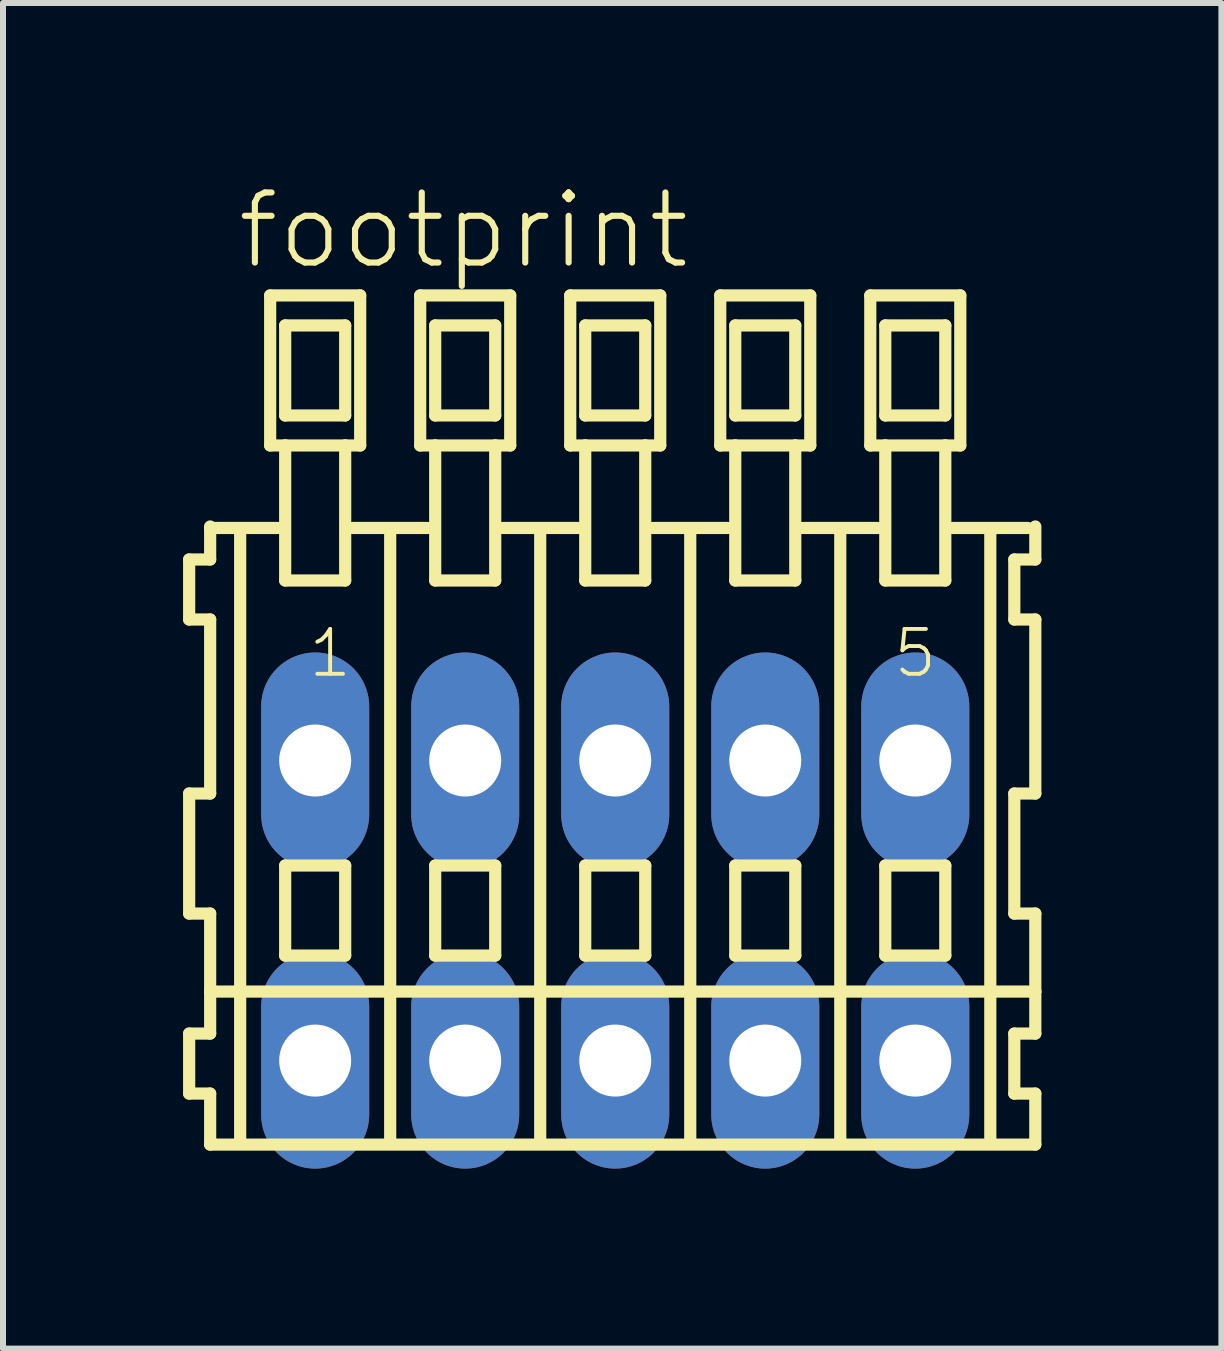
<source format=kicad_pcb>
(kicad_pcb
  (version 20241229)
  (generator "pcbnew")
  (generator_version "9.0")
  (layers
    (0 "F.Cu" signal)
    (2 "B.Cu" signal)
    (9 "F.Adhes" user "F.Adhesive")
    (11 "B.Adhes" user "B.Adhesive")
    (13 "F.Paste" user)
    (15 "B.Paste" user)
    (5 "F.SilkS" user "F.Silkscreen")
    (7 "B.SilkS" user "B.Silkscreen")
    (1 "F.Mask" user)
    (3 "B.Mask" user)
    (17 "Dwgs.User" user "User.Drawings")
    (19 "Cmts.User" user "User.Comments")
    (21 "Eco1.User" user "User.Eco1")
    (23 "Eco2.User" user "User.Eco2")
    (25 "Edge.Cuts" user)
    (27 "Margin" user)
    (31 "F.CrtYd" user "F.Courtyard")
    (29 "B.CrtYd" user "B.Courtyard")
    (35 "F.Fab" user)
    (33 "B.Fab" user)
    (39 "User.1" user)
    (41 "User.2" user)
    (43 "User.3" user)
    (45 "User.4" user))
  (footprint "footprint"
    (layer "F.Cu")
    (at 7.202 12.123)
    (property "Reference" "footprint" (at -6.35 -10.65 0) (layer "F.SilkS") (effects (font (size 1.168 1.168) (thickness 0.102)) (justify left bottom)))
    (fp_line (start -7.1 -5.85) (end -7.1 -4.85) (stroke (width 0.203) (type solid)) (layer "F.SilkS"))
    (fp_line (start -7.1 -4.85) (end -6.75 -4.85) (stroke (width 0.203) (type solid)) (layer "F.SilkS"))
    (fp_line (start -7.1 -1.95) (end -7.1 0.05) (stroke (width 0.203) (type solid)) (layer "F.SilkS"))
    (fp_line (start -7.1 0.05) (end -6.75 0.05) (stroke (width 0.203) (type solid)) (layer "F.SilkS"))
    (fp_line (start -7.1 2.05) (end -7.1 3.05) (stroke (width 0.203) (type solid)) (layer "F.SilkS"))
    (fp_line (start -7.1 3.05) (end -6.75 3.05) (stroke (width 0.203) (type solid)) (layer "F.SilkS"))
    (fp_line (start -6.75 -6.4) (end -6.75 -6.375) (stroke (width 0.203) (type solid)) (layer "F.SilkS"))
    (fp_line (start -6.75 -6.375) (end -6.75 -5.85) (stroke (width 0.203) (type solid)) (layer "F.SilkS"))
    (fp_line (start -6.75 -6.375) (end -5.625 -6.375) (stroke (width 0.203) (type solid)) (layer "F.SilkS"))
    (fp_line (start -6.75 -5.85) (end -7.1 -5.85) (stroke (width 0.203) (type solid)) (layer "F.SilkS"))
    (fp_line (start -6.75 -4.85) (end -6.75 -1.95) (stroke (width 0.203) (type solid)) (layer "F.SilkS"))
    (fp_line (start -6.75 -1.95) (end -7.1 -1.95) (stroke (width 0.203) (type solid)) (layer "F.SilkS"))
    (fp_line (start -6.75 0.05) (end -6.75 1.35) (stroke (width 0.203) (type solid)) (layer "F.SilkS"))
    (fp_line (start -6.75 1.35) (end -6.75 2.05) (stroke (width 0.203) (type solid)) (layer "F.SilkS"))
    (fp_line (start -6.75 1.35) (end 7 1.35) (stroke (width 0.203) (type solid)) (layer "F.SilkS"))
    (fp_line (start -6.75 2.05) (end -7.1 2.05) (stroke (width 0.203) (type solid)) (layer "F.SilkS"))
    (fp_line (start -6.75 3.05) (end -6.75 3.9) (stroke (width 0.203) (type solid)) (layer "F.SilkS"))
    (fp_line (start -6.75 3.9) (end 7 3.9) (stroke (width 0.203) (type solid)) (layer "F.SilkS"))
    (fp_line (start -6.25 -6.35) (end -6.25 3.8) (stroke (width 0.203) (type solid)) (layer "F.SilkS"))
    (fp_line (start -5.75 -10.25) (end -5.75 -7.75) (stroke (width 0.203) (type solid)) (layer "F.SilkS"))
    (fp_line (start -5.75 -7.75) (end -5.5 -7.75) (stroke (width 0.203) (type solid)) (layer "F.SilkS"))
    (fp_line (start -5.5 -9.75) (end -5.5 -8.25) (stroke (width 0.203) (type solid)) (layer "F.SilkS"))
    (fp_line (start -5.5 -8.25) (end -4.5 -8.25) (stroke (width 0.203) (type solid)) (layer "F.SilkS"))
    (fp_line (start -5.5 -7.75) (end -5.5 -5.5) (stroke (width 0.203) (type solid)) (layer "F.SilkS"))
    (fp_line (start -5.5 -7.75) (end -4.5 -7.75) (stroke (width 0.203) (type solid)) (layer "F.SilkS"))
    (fp_line (start -5.5 -5.5) (end -4.5 -5.5) (stroke (width 0.203) (type solid)) (layer "F.SilkS"))
    (fp_line (start -5.5 -0.75) (end -5.5 0.75) (stroke (width 0.203) (type solid)) (layer "F.SilkS"))
    (fp_line (start -5.5 0.75) (end -4.5 0.75) (stroke (width 0.203) (type solid)) (layer "F.SilkS"))
    (fp_line (start -4.5 -9.75) (end -5.5 -9.75) (stroke (width 0.203) (type solid)) (layer "F.SilkS"))
    (fp_line (start -4.5 -8.25) (end -4.5 -9.75) (stroke (width 0.203) (type solid)) (layer "F.SilkS"))
    (fp_line (start -4.5 -7.75) (end -4.25 -7.75) (stroke (width 0.203) (type solid)) (layer "F.SilkS"))
    (fp_line (start -4.5 -5.5) (end -4.5 -7.75) (stroke (width 0.203) (type solid)) (layer "F.SilkS"))
    (fp_line (start -4.5 -0.75) (end -5.5 -0.75) (stroke (width 0.203) (type solid)) (layer "F.SilkS"))
    (fp_line (start -4.5 0.75) (end -4.5 -0.75) (stroke (width 0.203) (type solid)) (layer "F.SilkS"))
    (fp_line (start -4.375 -6.375) (end -3.125 -6.375) (stroke (width 0.203) (type solid)) (layer "F.SilkS"))
    (fp_line (start -4.25 -10.25) (end -5.75 -10.25) (stroke (width 0.203) (type solid)) (layer "F.SilkS"))
    (fp_line (start -4.25 -7.75) (end -4.25 -10.25) (stroke (width 0.203) (type solid)) (layer "F.SilkS"))
    (fp_line (start -3.75 -6.35) (end -3.75 3.8) (stroke (width 0.203) (type solid)) (layer "F.SilkS"))
    (fp_line (start -3.25 -10.25) (end -3.25 -7.75) (stroke (width 0.203) (type solid)) (layer "F.SilkS"))
    (fp_line (start -3.25 -7.75) (end -3 -7.75) (stroke (width 0.203) (type solid)) (layer "F.SilkS"))
    (fp_line (start -3 -9.75) (end -3 -8.25) (stroke (width 0.203) (type solid)) (layer "F.SilkS"))
    (fp_line (start -3 -8.25) (end -2 -8.25) (stroke (width 0.203) (type solid)) (layer "F.SilkS"))
    (fp_line (start -3 -7.75) (end -3 -5.5) (stroke (width 0.203) (type solid)) (layer "F.SilkS"))
    (fp_line (start -3 -7.75) (end -2 -7.75) (stroke (width 0.203) (type solid)) (layer "F.SilkS"))
    (fp_line (start -3 -5.5) (end -2 -5.5) (stroke (width 0.203) (type solid)) (layer "F.SilkS"))
    (fp_line (start -3 -0.75) (end -3 0.75) (stroke (width 0.203) (type solid)) (layer "F.SilkS"))
    (fp_line (start -3 0.75) (end -2 0.75) (stroke (width 0.203) (type solid)) (layer "F.SilkS"))
    (fp_line (start -2 -9.75) (end -3 -9.75) (stroke (width 0.203) (type solid)) (layer "F.SilkS"))
    (fp_line (start -2 -8.25) (end -2 -9.75) (stroke (width 0.203) (type solid)) (layer "F.SilkS"))
    (fp_line (start -2 -7.75) (end -1.75 -7.75) (stroke (width 0.203) (type solid)) (layer "F.SilkS"))
    (fp_line (start -2 -5.5) (end -2 -7.75) (stroke (width 0.203) (type solid)) (layer "F.SilkS"))
    (fp_line (start -2 -0.75) (end -3 -0.75) (stroke (width 0.203) (type solid)) (layer "F.SilkS"))
    (fp_line (start -2 0.75) (end -2 -0.75) (stroke (width 0.203) (type solid)) (layer "F.SilkS"))
    (fp_line (start -1.875 -6.375) (end -0.625 -6.375) (stroke (width 0.203) (type solid)) (layer "F.SilkS"))
    (fp_line (start -1.75 -10.25) (end -3.25 -10.25) (stroke (width 0.203) (type solid)) (layer "F.SilkS"))
    (fp_line (start -1.75 -7.75) (end -1.75 -10.25) (stroke (width 0.203) (type solid)) (layer "F.SilkS"))
    (fp_line (start -1.25 -6.35) (end -1.25 3.8) (stroke (width 0.203) (type solid)) (layer "F.SilkS"))
    (fp_line (start -0.75 -10.25) (end -0.75 -7.75) (stroke (width 0.203) (type solid)) (layer "F.SilkS"))
    (fp_line (start -0.75 -7.75) (end -0.5 -7.75) (stroke (width 0.203) (type solid)) (layer "F.SilkS"))
    (fp_line (start -0.5 -9.75) (end -0.5 -8.25) (stroke (width 0.203) (type solid)) (layer "F.SilkS"))
    (fp_line (start -0.5 -8.25) (end 0.5 -8.25) (stroke (width 0.203) (type solid)) (layer "F.SilkS"))
    (fp_line (start -0.5 -7.75) (end -0.5 -5.5) (stroke (width 0.203) (type solid)) (layer "F.SilkS"))
    (fp_line (start -0.5 -7.75) (end 0.5 -7.75) (stroke (width 0.203) (type solid)) (layer "F.SilkS"))
    (fp_line (start -0.5 -5.5) (end 0.5 -5.5) (stroke (width 0.203) (type solid)) (layer "F.SilkS"))
    (fp_line (start -0.5 -0.75) (end -0.5 0.75) (stroke (width 0.203) (type solid)) (layer "F.SilkS"))
    (fp_line (start -0.5 0.75) (end 0.5 0.75) (stroke (width 0.203) (type solid)) (layer "F.SilkS"))
    (fp_line (start 0.5 -9.75) (end -0.5 -9.75) (stroke (width 0.203) (type solid)) (layer "F.SilkS"))
    (fp_line (start 0.5 -8.25) (end 0.5 -9.75) (stroke (width 0.203) (type solid)) (layer "F.SilkS"))
    (fp_line (start 0.5 -7.75) (end 0.75 -7.75) (stroke (width 0.203) (type solid)) (layer "F.SilkS"))
    (fp_line (start 0.5 -5.5) (end 0.5 -7.75) (stroke (width 0.203) (type solid)) (layer "F.SilkS"))
    (fp_line (start 0.5 -0.75) (end -0.5 -0.75) (stroke (width 0.203) (type solid)) (layer "F.SilkS"))
    (fp_line (start 0.5 0.75) (end 0.5 -0.75) (stroke (width 0.203) (type solid)) (layer "F.SilkS"))
    (fp_line (start 0.625 -6.375) (end 1.875 -6.375) (stroke (width 0.203) (type solid)) (layer "F.SilkS"))
    (fp_line (start 0.75 -10.25) (end -0.75 -10.25) (stroke (width 0.203) (type solid)) (layer "F.SilkS"))
    (fp_line (start 0.75 -7.75) (end 0.75 -10.25) (stroke (width 0.203) (type solid)) (layer "F.SilkS"))
    (fp_line (start 1.25 -6.35) (end 1.25 3.8) (stroke (width 0.203) (type solid)) (layer "F.SilkS"))
    (fp_line (start 1.75 -10.25) (end 1.75 -7.75) (stroke (width 0.203) (type solid)) (layer "F.SilkS"))
    (fp_line (start 1.75 -7.75) (end 2 -7.75) (stroke (width 0.203) (type solid)) (layer "F.SilkS"))
    (fp_line (start 2 -9.75) (end 2 -8.25) (stroke (width 0.203) (type solid)) (layer "F.SilkS"))
    (fp_line (start 2 -8.25) (end 3 -8.25) (stroke (width 0.203) (type solid)) (layer "F.SilkS"))
    (fp_line (start 2 -7.75) (end 2 -5.5) (stroke (width 0.203) (type solid)) (layer "F.SilkS"))
    (fp_line (start 2 -7.75) (end 3 -7.75) (stroke (width 0.203) (type solid)) (layer "F.SilkS"))
    (fp_line (start 2 -5.5) (end 3 -5.5) (stroke (width 0.203) (type solid)) (layer "F.SilkS"))
    (fp_line (start 2 -0.75) (end 2 0.75) (stroke (width 0.203) (type solid)) (layer "F.SilkS"))
    (fp_line (start 2 0.75) (end 3 0.75) (stroke (width 0.203) (type solid)) (layer "F.SilkS"))
    (fp_line (start 3 -9.75) (end 2 -9.75) (stroke (width 0.203) (type solid)) (layer "F.SilkS"))
    (fp_line (start 3 -8.25) (end 3 -9.75) (stroke (width 0.203) (type solid)) (layer "F.SilkS"))
    (fp_line (start 3 -7.75) (end 3.25 -7.75) (stroke (width 0.203) (type solid)) (layer "F.SilkS"))
    (fp_line (start 3 -5.5) (end 3 -7.75) (stroke (width 0.203) (type solid)) (layer "F.SilkS"))
    (fp_line (start 3 -0.75) (end 2 -0.75) (stroke (width 0.203) (type solid)) (layer "F.SilkS"))
    (fp_line (start 3 0.75) (end 3 -0.75) (stroke (width 0.203) (type solid)) (layer "F.SilkS"))
    (fp_line (start 3.125 -6.375) (end 4.375 -6.375) (stroke (width 0.203) (type solid)) (layer "F.SilkS"))
    (fp_line (start 3.25 -10.25) (end 1.75 -10.25) (stroke (width 0.203) (type solid)) (layer "F.SilkS"))
    (fp_line (start 3.25 -7.75) (end 3.25 -10.25) (stroke (width 0.203) (type solid)) (layer "F.SilkS"))
    (fp_line (start 3.75 -6.35) (end 3.75 3.8) (stroke (width 0.203) (type solid)) (layer "F.SilkS"))
    (fp_line (start 4.25 -10.25) (end 4.25 -7.75) (stroke (width 0.203) (type solid)) (layer "F.SilkS"))
    (fp_line (start 4.25 -7.75) (end 4.5 -7.75) (stroke (width 0.203) (type solid)) (layer "F.SilkS"))
    (fp_line (start 4.5 -9.75) (end 4.5 -8.25) (stroke (width 0.203) (type solid)) (layer "F.SilkS"))
    (fp_line (start 4.5 -8.25) (end 5.5 -8.25) (stroke (width 0.203) (type solid)) (layer "F.SilkS"))
    (fp_line (start 4.5 -7.75) (end 4.5 -5.5) (stroke (width 0.203) (type solid)) (layer "F.SilkS"))
    (fp_line (start 4.5 -7.75) (end 5.5 -7.75) (stroke (width 0.203) (type solid)) (layer "F.SilkS"))
    (fp_line (start 4.5 -5.5) (end 5.5 -5.5) (stroke (width 0.203) (type solid)) (layer "F.SilkS"))
    (fp_line (start 4.5 -0.75) (end 4.5 0.75) (stroke (width 0.203) (type solid)) (layer "F.SilkS"))
    (fp_line (start 4.5 0.75) (end 5.5 0.75) (stroke (width 0.203) (type solid)) (layer "F.SilkS"))
    (fp_line (start 5.5 -9.75) (end 4.5 -9.75) (stroke (width 0.203) (type solid)) (layer "F.SilkS"))
    (fp_line (start 5.5 -8.25) (end 5.5 -9.75) (stroke (width 0.203) (type solid)) (layer "F.SilkS"))
    (fp_line (start 5.5 -7.75) (end 5.75 -7.75) (stroke (width 0.203) (type solid)) (layer "F.SilkS"))
    (fp_line (start 5.5 -5.5) (end 5.5 -7.75) (stroke (width 0.203) (type solid)) (layer "F.SilkS"))
    (fp_line (start 5.5 -0.75) (end 4.5 -0.75) (stroke (width 0.203) (type solid)) (layer "F.SilkS"))
    (fp_line (start 5.5 0.75) (end 5.5 -0.75) (stroke (width 0.203) (type solid)) (layer "F.SilkS"))
    (fp_line (start 5.625 -6.375) (end 6.875 -6.375) (stroke (width 0.203) (type solid)) (layer "F.SilkS"))
    (fp_line (start 5.75 -10.25) (end 4.25 -10.25) (stroke (width 0.203) (type solid)) (layer "F.SilkS"))
    (fp_line (start 5.75 -7.75) (end 5.75 -10.25) (stroke (width 0.203) (type solid)) (layer "F.SilkS"))
    (fp_line (start 6.25 -6.35) (end 6.25 3.8) (stroke (width 0.203) (type solid)) (layer "F.SilkS"))
    (fp_line (start 6.65 -5.85) (end 6.65 -4.85) (stroke (width 0.203) (type solid)) (layer "F.SilkS"))
    (fp_line (start 6.65 -4.85) (end 7 -4.85) (stroke (width 0.203) (type solid)) (layer "F.SilkS"))
    (fp_line (start 6.65 -1.95) (end 6.65 0.05) (stroke (width 0.203) (type solid)) (layer "F.SilkS"))
    (fp_line (start 6.65 0.05) (end 7 0.05) (stroke (width 0.203) (type solid)) (layer "F.SilkS"))
    (fp_line (start 6.65 2.05) (end 6.65 3.05) (stroke (width 0.203) (type solid)) (layer "F.SilkS"))
    (fp_line (start 6.65 3.05) (end 7 3.05) (stroke (width 0.203) (type solid)) (layer "F.SilkS"))
    (fp_line (start 7 -5.85) (end 6.65 -5.85) (stroke (width 0.203) (type solid)) (layer "F.SilkS"))
    (fp_line (start 7 -5.85) (end 7 -6.4) (stroke (width 0.203) (type solid)) (layer "F.SilkS"))
    (fp_line (start 7 -1.95) (end 6.65 -1.95) (stroke (width 0.203) (type solid)) (layer "F.SilkS"))
    (fp_line (start 7 -1.95) (end 7 -4.85) (stroke (width 0.203) (type solid)) (layer "F.SilkS"))
    (fp_line (start 7 1.35) (end 7 0.05) (stroke (width 0.203) (type solid)) (layer "F.SilkS"))
    (fp_line (start 7 2.05) (end 6.65 2.05) (stroke (width 0.203) (type solid)) (layer "F.SilkS"))
    (fp_line (start 7 2.05) (end 7 1.35) (stroke (width 0.203) (type solid)) (layer "F.SilkS"))
    (fp_line (start 7 3.9) (end 7 3.05) (stroke (width 0.203) (type solid)) (layer "F.SilkS"))
    (fp_text user "1" (at -5.15 -3.85 0) (layer "F.SilkS") (effects (font (size 0.748 0.748) (thickness 0.065)) (justify left bottom)))
    (fp_text user "5" (at 4.6 -3.85 0) (layer "F.SilkS") (effects (font (size 0.748 0.748) (thickness 0.065)) (justify left bottom)))
    (pad "A1" thru_hole oval (at -5 -2.5 90) (size 3.6 1.8) (drill 1.2) (layers "*.Cu" "*.Mask"))
    (pad "A2" thru_hole oval (at -2.5 -2.5 90) (size 3.6 1.8) (drill 1.2) (layers "*.Cu" "*.Mask"))
    (pad "A3" thru_hole oval (at 0 -2.5 90) (size 3.6 1.8) (drill 1.2) (layers "*.Cu" "*.Mask"))
    (pad "A4" thru_hole oval (at 2.5 -2.5 90) (size 3.6 1.8) (drill 1.2) (layers "*.Cu" "*.Mask"))
    (pad "A5" thru_hole oval (at 5 -2.5 90) (size 3.6 1.8) (drill 1.2) (layers "*.Cu" "*.Mask"))
    (pad "B1" thru_hole oval (at -5 2.5 90) (size 3.6 1.8) (drill 1.2) (layers "*.Cu" "*.Mask"))
    (pad "B2" thru_hole oval (at -2.5 2.5 90) (size 3.6 1.8) (drill 1.2) (layers "*.Cu" "*.Mask"))
    (pad "B3" thru_hole oval (at 0 2.5 90) (size 3.6 1.8) (drill 1.2) (layers "*.Cu" "*.Mask"))
    (pad "B4" thru_hole oval (at 2.5 2.5 90) (size 3.6 1.8) (drill 1.2) (layers "*.Cu" "*.Mask"))
    (pad "B5" thru_hole oval (at 5 2.5 90) (size 3.6 1.8) (drill 1.2) (layers "*.Cu" "*.Mask")))
  (gr_rect
    (start -3 -3)
    (end 17.303 19.423)
    (stroke (width 0.1) (type default))
    (fill no)
    (layer "Edge.Cuts")))
</source>
